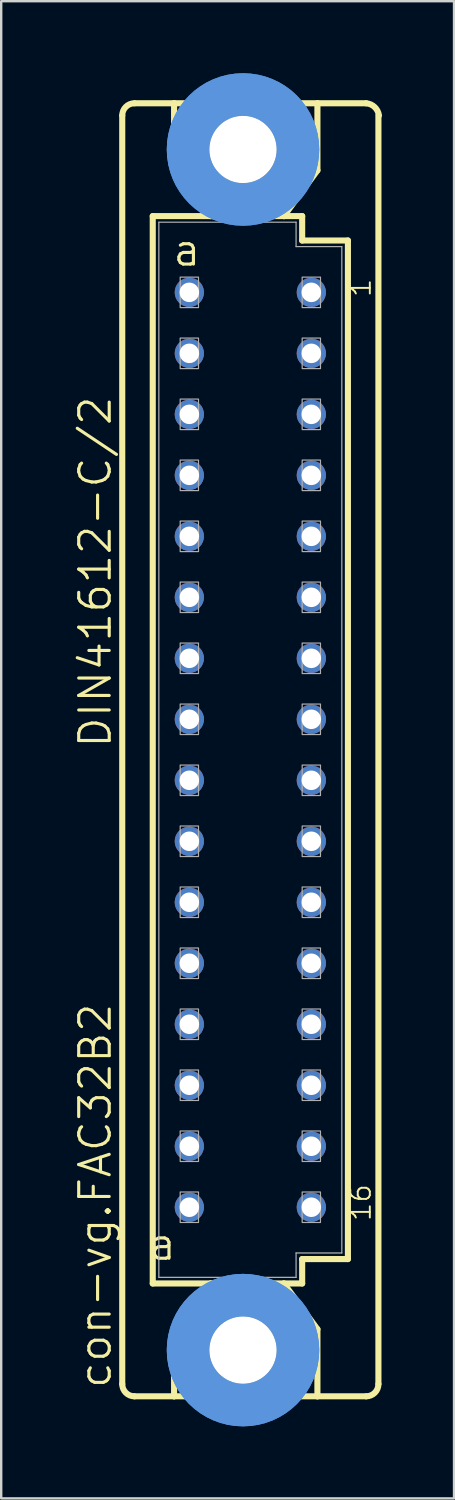
<source format=kicad_pcb>
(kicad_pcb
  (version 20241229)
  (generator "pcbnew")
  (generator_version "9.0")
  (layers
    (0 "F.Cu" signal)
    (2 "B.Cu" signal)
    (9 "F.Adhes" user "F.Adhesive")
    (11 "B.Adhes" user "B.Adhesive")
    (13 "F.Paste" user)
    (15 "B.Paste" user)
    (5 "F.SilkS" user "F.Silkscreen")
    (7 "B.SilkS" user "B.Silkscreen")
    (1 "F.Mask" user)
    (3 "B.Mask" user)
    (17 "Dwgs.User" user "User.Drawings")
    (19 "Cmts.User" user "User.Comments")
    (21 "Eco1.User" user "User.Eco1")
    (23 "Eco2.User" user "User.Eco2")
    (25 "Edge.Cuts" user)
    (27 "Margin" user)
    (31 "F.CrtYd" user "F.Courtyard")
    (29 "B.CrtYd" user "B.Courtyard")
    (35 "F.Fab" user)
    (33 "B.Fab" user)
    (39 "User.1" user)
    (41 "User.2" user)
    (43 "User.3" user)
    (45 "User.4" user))
  (footprint "con-vg.FAC32B2"
    (layer "F.Cu")
    (at 6.105 28.175)
    (property "Reference" "con-vg.FAC32B2" (at -4.445 26.67 90) (layer "F.SilkS") (effects (font (size 1.27 1.27) (thickness 0.13)) (justify left bottom)))
    (attr through_hole)
    (fp_line (start -4.064 26.416) (end -4.064 -26.416) (stroke (width 0.254) (type default)) (layer "F.SilkS"))
    (fp_line (start -3.556 26.924) (end -1.905 26.924) (stroke (width 0.254) (type default)) (layer "F.SilkS"))
    (fp_line (start -2.794 22.225) (end -2.794 -22.225) (stroke (width 0.254) (type default)) (layer "F.SilkS"))
    (fp_line (start -1.905 -26.924) (end -3.556 -26.924) (stroke (width 0.254) (type default)) (layer "F.SilkS"))
    (fp_line (start -1.905 -26.924) (end -1.905 -24.13) (stroke (width 0.254) (type default)) (layer "F.SilkS"))
    (fp_line (start -1.905 26.924) (end -1.905 24.13) (stroke (width 0.254) (type default)) (layer "F.SilkS"))
    (fp_line (start -1.905 26.924) (end 4.064 26.924) (stroke (width 0.254) (type default)) (layer "F.SilkS"))
    (fp_line (start -0.381 -22.225) (end -2.794 -22.225) (stroke (width 0.254) (type default)) (layer "F.SilkS"))
    (fp_line (start -0.381 -22.225) (end -1.905 -24.13) (stroke (width 0.254) (type default)) (layer "F.SilkS"))
    (fp_line (start -0.381 -22.225) (end 2.667 -22.225) (stroke (width 0.254) (type default)) (layer "F.SilkS"))
    (fp_line (start -0.381 22.225) (end -2.794 22.225) (stroke (width 0.254) (type default)) (layer "F.SilkS"))
    (fp_line (start -0.381 22.225) (end -1.905 24.13) (stroke (width 0.254) (type default)) (layer "F.SilkS"))
    (fp_line (start 2.667 -22.225) (end 3.429 -22.225) (stroke (width 0.254) (type default)) (layer "F.SilkS"))
    (fp_line (start 2.667 -22.225) (end 4.064 -24.13) (stroke (width 0.254) (type default)) (layer "F.SilkS"))
    (fp_line (start 2.667 22.225) (end -0.381 22.225) (stroke (width 0.254) (type default)) (layer "F.SilkS"))
    (fp_line (start 2.667 22.225) (end 4.064 24.13) (stroke (width 0.254) (type default)) (layer "F.SilkS"))
    (fp_line (start 3.429 -21.209) (end 3.429 -22.225) (stroke (width 0.254) (type default)) (layer "F.SilkS"))
    (fp_line (start 3.429 21.209) (end 5.334 21.209) (stroke (width 0.254) (type default)) (layer "F.SilkS"))
    (fp_line (start 3.429 22.225) (end 2.667 22.225) (stroke (width 0.254) (type default)) (layer "F.SilkS"))
    (fp_line (start 3.429 22.225) (end 3.429 21.209) (stroke (width 0.254) (type default)) (layer "F.SilkS"))
    (fp_line (start 4.064 -26.924) (end -1.905 -26.924) (stroke (width 0.254) (type default)) (layer "F.SilkS"))
    (fp_line (start 4.064 -24.13) (end 4.064 -26.924) (stroke (width 0.254) (type default)) (layer "F.SilkS"))
    (fp_line (start 4.064 26.924) (end 4.064 24.13) (stroke (width 0.254) (type default)) (layer "F.SilkS"))
    (fp_line (start 4.064 26.924) (end 6.096 26.924) (stroke (width 0.254) (type default)) (layer "F.SilkS"))
    (fp_line (start 5.334 -21.209) (end 3.429 -21.209) (stroke (width 0.254) (type default)) (layer "F.SilkS"))
    (fp_line (start 5.334 21.209) (end 5.334 -21.209) (stroke (width 0.254) (type default)) (layer "F.SilkS"))
    (fp_line (start 6.096 -26.924) (end 4.064 -26.924) (stroke (width 0.254) (type default)) (layer "F.SilkS"))
    (fp_line (start 6.604 -26.416) (end 6.604 26.416) (stroke (width 0.254) (type default)) (layer "F.SilkS"))
    (fp_arc (start -4.064 -26.416) (mid -3.91521 -26.77521) (end -3.556 -26.924) (stroke (width 0.254) (type default)) (layer "F.SilkS"))
    (fp_arc (start -3.556 26.924) (mid -3.91521 26.77521) (end -4.064 26.416) (stroke (width 0.254) (type default)) (layer "F.SilkS"))
    (fp_arc (start 6.096 -26.924) (mid 6.449437 -26.764315) (end 6.626 -26.419) (stroke (width 0.254) (type default)) (layer "F.SilkS"))
    (fp_arc (start 6.604 26.416) (mid 6.45521 26.77521) (end 6.096 26.924) (stroke (width 0.254) (type default)) (layer "F.SilkS"))
    (fp_circle (center 0.965 -25) (end 2.235 -25) (stroke (width 0.254) (type default)) (fill no) (layer "F.SilkS"))
    (fp_circle (center 0.965 25) (end 2.235 25) (stroke (width 0.254) (type default)) (fill no) (layer "F.SilkS"))
    (fp_circle (center 0.965 -25) (end 3.251 -25) (stroke (width 1.778) (type default)) (fill no) (layer "Cmts.User"))
    (fp_circle (center 0.965 -25) (end 3.251 -25) (stroke (width 1.778) (type default)) (fill no) (layer "Cmts.User"))
    (fp_circle (center 0.965 25) (end 3.251 25) (stroke (width 1.778) (type default)) (fill no) (layer "Cmts.User"))
    (fp_circle (center 0.965 25) (end 3.251 25) (stroke (width 1.778) (type default)) (fill no) (layer "Cmts.User"))
    (fp_line (start -2.54 -21.971) (end -2.54 21.971) (stroke (width 0.051) (type default)) (layer "F.Fab"))
    (fp_line (start 3.175 -21.971) (end -2.54 -21.971) (stroke (width 0.051) (type default)) (layer "F.Fab"))
    (fp_line (start 3.175 -20.955) (end 3.175 -21.971) (stroke (width 0.051) (type default)) (layer "F.Fab"))
    (fp_line (start 3.175 20.955) (end 3.175 21.971) (stroke (width 0.051) (type default)) (layer "F.Fab"))
    (fp_line (start 3.175 20.955) (end 5.08 20.955) (stroke (width 0.051) (type default)) (layer "F.Fab"))
    (fp_line (start 3.175 21.971) (end -2.54 21.971) (stroke (width 0.051) (type default)) (layer "F.Fab"))
    (fp_line (start 5.08 -20.955) (end 3.175 -20.955) (stroke (width 0.051) (type default)) (layer "F.Fab"))
    (fp_line (start 5.08 20.955) (end 5.08 -20.955) (stroke (width 0.051) (type default)) (layer "F.Fab"))
    (fp_rect (start -1.651 -18.415) (end -0.889 -19.685) (stroke (width 0.05) (type default)) (fill no) (layer "F.Fab"))
    (fp_rect (start -1.651 -15.875) (end -0.889 -17.145) (stroke (width 0.05) (type default)) (fill no) (layer "F.Fab"))
    (fp_rect (start -1.651 -13.335) (end -0.889 -14.605) (stroke (width 0.05) (type default)) (fill no) (layer "F.Fab"))
    (fp_rect (start -1.651 -10.795) (end -0.889 -12.065) (stroke (width 0.05) (type default)) (fill no) (layer "F.Fab"))
    (fp_rect (start -1.651 -8.255) (end -0.889 -9.525) (stroke (width 0.05) (type default)) (fill no) (layer "F.Fab"))
    (fp_rect (start -1.651 -5.715) (end -0.889 -6.985) (stroke (width 0.05) (type default)) (fill no) (layer "F.Fab"))
    (fp_rect (start -1.651 -3.175) (end -0.889 -4.445) (stroke (width 0.05) (type default)) (fill no) (layer "F.Fab"))
    (fp_rect (start -1.651 -0.635) (end -0.889 -1.905) (stroke (width 0.05) (type default)) (fill no) (layer "F.Fab"))
    (fp_rect (start -1.651 1.905) (end -0.889 0.635) (stroke (width 0.05) (type default)) (fill no) (layer "F.Fab"))
    (fp_rect (start -1.651 4.445) (end -0.889 3.175) (stroke (width 0.05) (type default)) (fill no) (layer "F.Fab"))
    (fp_rect (start -1.651 6.985) (end -0.889 5.715) (stroke (width 0.05) (type default)) (fill no) (layer "F.Fab"))
    (fp_rect (start -1.651 9.525) (end -0.889 8.255) (stroke (width 0.05) (type default)) (fill no) (layer "F.Fab"))
    (fp_rect (start -1.651 12.065) (end -0.889 10.795) (stroke (width 0.05) (type default)) (fill no) (layer "F.Fab"))
    (fp_rect (start -1.651 14.605) (end -0.889 13.335) (stroke (width 0.05) (type default)) (fill no) (layer "F.Fab"))
    (fp_rect (start -1.651 17.145) (end -0.889 15.875) (stroke (width 0.05) (type default)) (fill no) (layer "F.Fab"))
    (fp_rect (start -1.651 19.685) (end -0.889 18.415) (stroke (width 0.05) (type default)) (fill no) (layer "F.Fab"))
    (fp_rect (start 3.429 -18.415) (end 4.191 -19.685) (stroke (width 0.05) (type default)) (fill no) (layer "F.Fab"))
    (fp_rect (start 3.429 -15.875) (end 4.191 -17.145) (stroke (width 0.05) (type default)) (fill no) (layer "F.Fab"))
    (fp_rect (start 3.429 -13.335) (end 4.191 -14.605) (stroke (width 0.05) (type default)) (fill no) (layer "F.Fab"))
    (fp_rect (start 3.429 -10.795) (end 4.191 -12.065) (stroke (width 0.05) (type default)) (fill no) (layer "F.Fab"))
    (fp_rect (start 3.429 -8.255) (end 4.191 -9.525) (stroke (width 0.05) (type default)) (fill no) (layer "F.Fab"))
    (fp_rect (start 3.429 -5.715) (end 4.191 -6.985) (stroke (width 0.05) (type default)) (fill no) (layer "F.Fab"))
    (fp_rect (start 3.429 -3.175) (end 4.191 -4.445) (stroke (width 0.05) (type default)) (fill no) (layer "F.Fab"))
    (fp_rect (start 3.429 -0.635) (end 4.191 -1.905) (stroke (width 0.05) (type default)) (fill no) (layer "F.Fab"))
    (fp_rect (start 3.429 1.905) (end 4.191 0.635) (stroke (width 0.05) (type default)) (fill no) (layer "F.Fab"))
    (fp_rect (start 3.429 4.445) (end 4.191 3.175) (stroke (width 0.05) (type default)) (fill no) (layer "F.Fab"))
    (fp_rect (start 3.429 6.985) (end 4.191 5.715) (stroke (width 0.05) (type default)) (fill no) (layer "F.Fab"))
    (fp_rect (start 3.429 9.525) (end 4.191 8.255) (stroke (width 0.05) (type default)) (fill no) (layer "F.Fab"))
    (fp_rect (start 3.429 12.065) (end 4.191 10.795) (stroke (width 0.05) (type default)) (fill no) (layer "F.Fab"))
    (fp_rect (start 3.429 14.605) (end 4.191 13.335) (stroke (width 0.05) (type default)) (fill no) (layer "F.Fab"))
    (fp_rect (start 3.429 17.145) (end 4.191 15.875) (stroke (width 0.05) (type default)) (fill no) (layer "F.Fab"))
    (fp_rect (start 3.429 19.685) (end 4.191 18.415) (stroke (width 0.05) (type default)) (fill no) (layer "F.Fab"))
    (fp_text user "16" (at 6.35 19.685 90) (layer "F.SilkS") (effects (font (size 0.813 0.813) (thickness 0.08)) (justify left bottom)))
    (fp_text user "DIN41612-C/2" (at -4.445 0 90) (layer "F.SilkS") (effects (font (size 1.27 1.27) (thickness 0.13)) (justify left bottom)))
    (fp_text user "1" (at 6.35 -18.796 90) (layer "F.SilkS") (effects (font (size 0.813 0.813) (thickness 0.08)) (justify left bottom)))
    (fp_text user "a" (at -2.032 -20.066 0) (layer "F.SilkS") (effects (font (size 1.27 1.27) (thickness 0.13)) (justify left bottom)))
    (fp_text user "a " (at -3.051 21.336 0) (layer "F.SilkS") (effects (font (size 1.27 1.27) (thickness 0.13)) (justify left bottom)))
    (pad "" np_thru_hole circle (at 0.965 -25) (size 2.794 2.794) (drill 2.794) (layers "*.Cu" "*.Mask"))
    (pad "" np_thru_hole circle (at 0.965 25) (size 2.794 2.794) (drill 2.794) (layers "*.Cu" "*.Mask"))
    (pad "A1" thru_hole circle (at -1.27 -19.05) (size 1.219 1.219) (drill 0.813) (layers "*.Cu" "*.Mask"))
    (pad "A2" thru_hole circle (at -1.27 -16.51) (size 1.219 1.219) (drill 0.813) (layers "*.Cu" "*.Mask"))
    (pad "A3" thru_hole circle (at -1.27 -13.97) (size 1.219 1.219) (drill 0.813) (layers "*.Cu" "*.Mask"))
    (pad "A4" thru_hole circle (at -1.27 -11.43) (size 1.219 1.219) (drill 0.813) (layers "*.Cu" "*.Mask"))
    (pad "A5" thru_hole circle (at -1.27 -8.89) (size 1.219 1.219) (drill 0.813) (layers "*.Cu" "*.Mask"))
    (pad "A6" thru_hole circle (at -1.27 -6.35) (size 1.219 1.219) (drill 0.813) (layers "*.Cu" "*.Mask"))
    (pad "A7" thru_hole circle (at -1.27 -3.81) (size 1.219 1.219) (drill 0.813) (layers "*.Cu" "*.Mask"))
    (pad "A8" thru_hole circle (at -1.27 -1.27) (size 1.219 1.219) (drill 0.813) (layers "*.Cu" "*.Mask"))
    (pad "A9" thru_hole circle (at -1.27 1.27) (size 1.219 1.219) (drill 0.813) (layers "*.Cu" "*.Mask"))
    (pad "A10" thru_hole circle (at -1.27 3.81) (size 1.219 1.219) (drill 0.813) (layers "*.Cu" "*.Mask"))
    (pad "A11" thru_hole circle (at -1.27 6.35) (size 1.219 1.219) (drill 0.813) (layers "*.Cu" "*.Mask"))
    (pad "A12" thru_hole circle (at -1.27 8.89) (size 1.219 1.219) (drill 0.813) (layers "*.Cu" "*.Mask"))
    (pad "A13" thru_hole circle (at -1.27 11.43) (size 1.219 1.219) (drill 0.813) (layers "*.Cu" "*.Mask"))
    (pad "A14" thru_hole circle (at -1.27 13.97) (size 1.219 1.219) (drill 0.813) (layers "*.Cu" "*.Mask"))
    (pad "A15" thru_hole circle (at -1.27 16.51) (size 1.219 1.219) (drill 0.813) (layers "*.Cu" "*.Mask"))
    (pad "A16" thru_hole circle (at -1.27 19.05) (size 1.219 1.219) (drill 0.813) (layers "*.Cu" "*.Mask"))
    (pad "C1" thru_hole circle (at 3.81 -19.05) (size 1.219 1.219) (drill 0.813) (layers "*.Cu" "*.Mask"))
    (pad "C2" thru_hole circle (at 3.81 -16.51) (size 1.219 1.219) (drill 0.813) (layers "*.Cu" "*.Mask"))
    (pad "C3" thru_hole circle (at 3.81 -13.97) (size 1.219 1.219) (drill 0.813) (layers "*.Cu" "*.Mask"))
    (pad "C4" thru_hole circle (at 3.81 -11.43) (size 1.219 1.219) (drill 0.813) (layers "*.Cu" "*.Mask"))
    (pad "C5" thru_hole circle (at 3.81 -8.89) (size 1.219 1.219) (drill 0.813) (layers "*.Cu" "*.Mask"))
    (pad "C6" thru_hole circle (at 3.81 -6.35) (size 1.219 1.219) (drill 0.813) (layers "*.Cu" "*.Mask"))
    (pad "C7" thru_hole circle (at 3.81 -3.81) (size 1.219 1.219) (drill 0.813) (layers "*.Cu" "*.Mask"))
    (pad "C8" thru_hole circle (at 3.81 -1.27) (size 1.219 1.219) (drill 0.813) (layers "*.Cu" "*.Mask"))
    (pad "C9" thru_hole circle (at 3.81 1.27) (size 1.219 1.219) (drill 0.813) (layers "*.Cu" "*.Mask"))
    (pad "C10" thru_hole circle (at 3.81 3.81) (size 1.219 1.219) (drill 0.813) (layers "*.Cu" "*.Mask"))
    (pad "C11" thru_hole circle (at 3.81 6.35) (size 1.219 1.219) (drill 0.813) (layers "*.Cu" "*.Mask"))
    (pad "C12" thru_hole circle (at 3.81 8.89) (size 1.219 1.219) (drill 0.813) (layers "*.Cu" "*.Mask"))
    (pad "C13" thru_hole circle (at 3.81 11.43) (size 1.219 1.219) (drill 0.813) (layers "*.Cu" "*.Mask"))
    (pad "C14" thru_hole circle (at 3.81 13.97) (size 1.219 1.219) (drill 0.813) (layers "*.Cu" "*.Mask"))
    (pad "C15" thru_hole circle (at 3.81 16.51) (size 1.219 1.219) (drill 0.813) (layers "*.Cu" "*.Mask"))
    (pad "C16" thru_hole circle (at 3.81 19.05) (size 1.219 1.219) (drill 0.813) (layers "*.Cu" "*.Mask")))
  (gr_rect
    (start -3 -3)
    (end 15.858 59.35)
    (stroke (width 0.1) (type default))
    (fill no)
    (layer "Edge.Cuts")))
</source>
